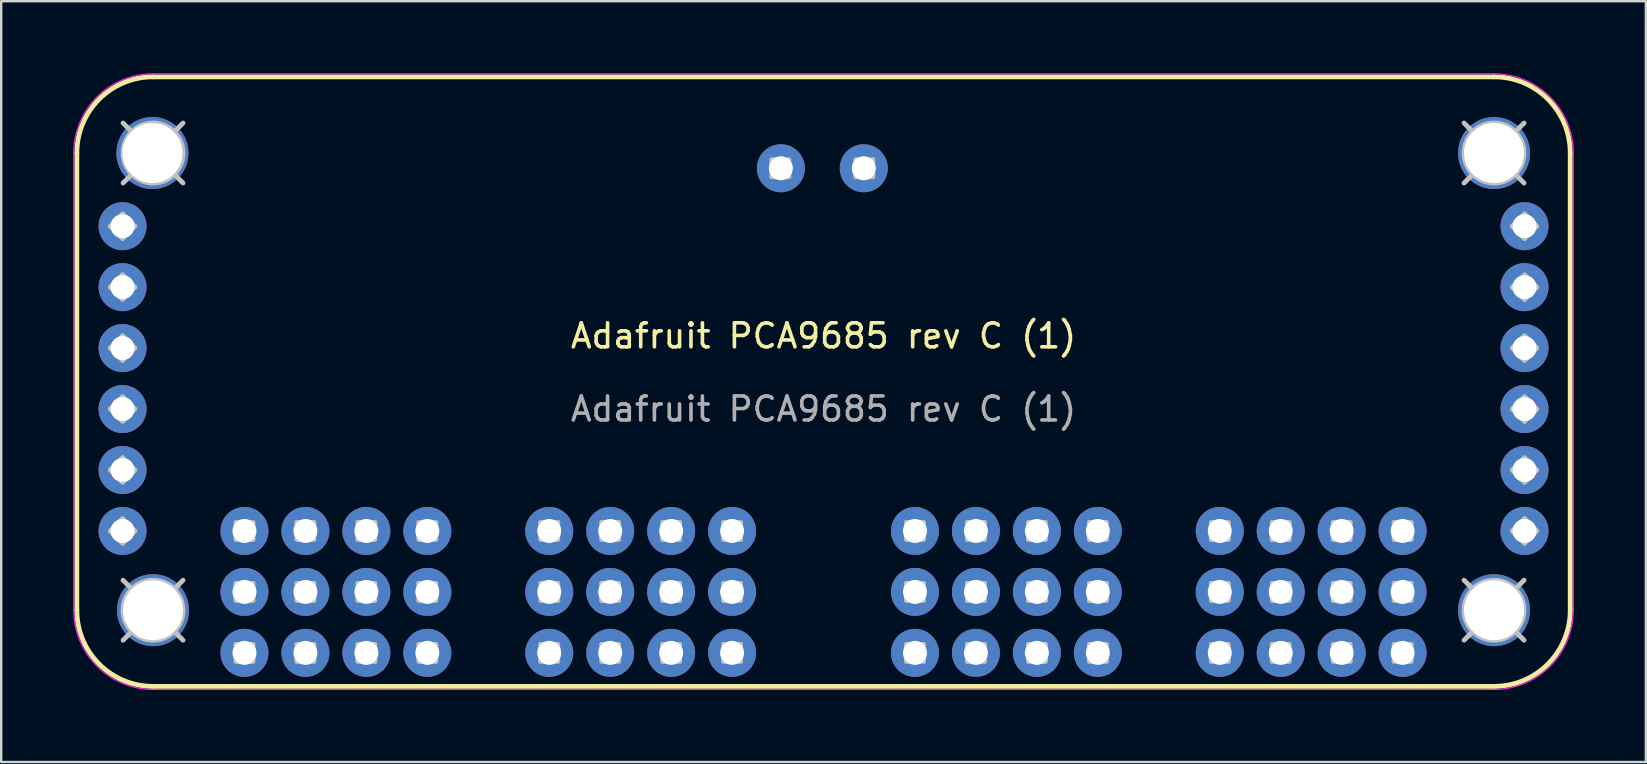
<source format=kicad_pcb>
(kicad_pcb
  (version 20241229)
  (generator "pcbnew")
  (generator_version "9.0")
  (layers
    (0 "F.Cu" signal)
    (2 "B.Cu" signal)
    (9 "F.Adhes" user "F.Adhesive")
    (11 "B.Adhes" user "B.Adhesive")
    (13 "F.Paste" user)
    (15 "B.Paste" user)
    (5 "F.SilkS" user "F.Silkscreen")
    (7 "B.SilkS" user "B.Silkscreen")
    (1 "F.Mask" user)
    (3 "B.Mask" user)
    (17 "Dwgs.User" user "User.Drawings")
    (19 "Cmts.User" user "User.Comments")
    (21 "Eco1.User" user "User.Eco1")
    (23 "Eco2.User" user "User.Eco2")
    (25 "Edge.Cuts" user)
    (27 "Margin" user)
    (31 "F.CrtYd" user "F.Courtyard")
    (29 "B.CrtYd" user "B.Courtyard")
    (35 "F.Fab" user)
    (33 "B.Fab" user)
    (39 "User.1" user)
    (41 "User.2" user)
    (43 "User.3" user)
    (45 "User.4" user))
  (footprint "Adafruit PCA9685 rev C (1)"
    (layer "F.Cu")
    (at 3.327 22.377)
    (property "Reference" "Adafruit PCA9685 rev C (1)" (at 27.94 -11.43 0) (unlocked yes) (layer "F.SilkS") (effects (font (size 1 1) (thickness 0.15))))
    (attr through_hole)
    (fp_line (start -3.175 0) (end -3.175 -19.05) (stroke (width 0.2) (type solid)) (layer "F.SilkS"))
    (fp_line (start 0 -22.225) (end 55.88 -22.225) (stroke (width 0.2) (type solid)) (layer "F.SilkS"))
    (fp_line (start 55.88 3.175) (end 0 3.175) (stroke (width 0.2) (type solid)) (layer "F.SilkS"))
    (fp_line (start 59.055 -19.05) (end 59.055 0) (stroke (width 0.2) (type solid)) (layer "F.SilkS"))
    (fp_arc (start -3.175 -19.0504) (mid -2.245064 -21.295464) (end 0 -22.2254) (stroke (width 0.2) (type solid)) (layer "F.SilkS"))
    (fp_arc (start 0 3.175) (mid -2.245064 2.245064) (end -3.175 0) (stroke (width 0.2) (type solid)) (layer "F.SilkS"))
    (fp_arc (start 55.88 -22.2254) (mid 58.125064 -21.295464) (end 59.055 -19.0504) (stroke (width 0.2) (type solid)) (layer "F.SilkS"))
    (fp_arc (start 59.055 0) (mid 58.125064 2.245064) (end 55.88 3.175) (stroke (width 0.2) (type solid)) (layer "F.SilkS"))
    (fp_line (start -1.778 -16.002) (end -1.27 -15.494) (stroke (width 0.2) (type solid)) (layer "Dwgs.User"))
    (fp_line (start -1.778 -13.462) (end -1.27 -12.954) (stroke (width 0.2) (type solid)) (layer "Dwgs.User"))
    (fp_line (start -1.778 -10.922) (end -1.27 -10.414) (stroke (width 0.2) (type solid)) (layer "Dwgs.User"))
    (fp_line (start -1.778 -8.382) (end -1.27 -7.874) (stroke (width 0.2) (type solid)) (layer "Dwgs.User"))
    (fp_line (start -1.778 -5.842) (end -1.27 -5.334) (stroke (width 0.2) (type solid)) (layer "Dwgs.User"))
    (fp_line (start -1.778 -3.302) (end -1.27 -2.794) (stroke (width 0.2) (type solid)) (layer "Dwgs.User"))
    (fp_line (start -1.27 -16.51) (end -1.778 -16.002) (stroke (width 0.2) (type solid)) (layer "Dwgs.User"))
    (fp_line (start -1.27 -15.494) (end -0.762 -16.002) (stroke (width 0.2) (type solid)) (layer "Dwgs.User"))
    (fp_line (start -1.27 -13.97) (end -1.778 -13.462) (stroke (width 0.2) (type solid)) (layer "Dwgs.User"))
    (fp_line (start -1.27 -12.954) (end -0.762 -13.462) (stroke (width 0.2) (type solid)) (layer "Dwgs.User"))
    (fp_line (start -1.27 -11.43) (end -1.778 -10.922) (stroke (width 0.2) (type solid)) (layer "Dwgs.User"))
    (fp_line (start -1.27 -10.414) (end -0.762 -10.922) (stroke (width 0.2) (type solid)) (layer "Dwgs.User"))
    (fp_line (start -1.27 -8.89) (end -1.778 -8.382) (stroke (width 0.2) (type solid)) (layer "Dwgs.User"))
    (fp_line (start -1.27 -7.874) (end -0.762 -8.382) (stroke (width 0.2) (type solid)) (layer "Dwgs.User"))
    (fp_line (start -1.27 -6.35) (end -1.778 -5.842) (stroke (width 0.2) (type solid)) (layer "Dwgs.User"))
    (fp_line (start -1.27 -5.334) (end -0.762 -5.842) (stroke (width 0.2) (type solid)) (layer "Dwgs.User"))
    (fp_line (start -1.27 -3.81) (end -1.778 -3.302) (stroke (width 0.2) (type solid)) (layer "Dwgs.User"))
    (fp_line (start -1.27 -2.794) (end -0.762 -3.302) (stroke (width 0.2) (type solid)) (layer "Dwgs.User"))
    (fp_line (start -1.25 -20.3) (end 1.25 -17.8) (stroke (width 0.2) (type solid)) (layer "Dwgs.User"))
    (fp_line (start -1.25 -1.25) (end 1.25 1.25) (stroke (width 0.2) (type solid)) (layer "Dwgs.User"))
    (fp_line (start -0.762 -16.002) (end -1.27 -16.51) (stroke (width 0.2) (type solid)) (layer "Dwgs.User"))
    (fp_line (start -0.762 -13.462) (end -1.27 -13.97) (stroke (width 0.2) (type solid)) (layer "Dwgs.User"))
    (fp_line (start -0.762 -10.922) (end -1.27 -11.43) (stroke (width 0.2) (type solid)) (layer "Dwgs.User"))
    (fp_line (start -0.762 -8.382) (end -1.27 -8.89) (stroke (width 0.2) (type solid)) (layer "Dwgs.User"))
    (fp_line (start -0.762 -5.842) (end -1.27 -6.35) (stroke (width 0.2) (type solid)) (layer "Dwgs.User"))
    (fp_line (start -0.762 -3.302) (end -1.27 -3.81) (stroke (width 0.2) (type solid)) (layer "Dwgs.User"))
    (fp_line (start 1.25 -20.3) (end -1.25 -17.8) (stroke (width 0.2) (type solid)) (layer "Dwgs.User"))
    (fp_line (start 1.25 -1.25) (end -1.25 1.25) (stroke (width 0.2) (type solid)) (layer "Dwgs.User"))
    (fp_line (start 3.457 -3.656) (end 3.457 -2.949) (stroke (width 0.2) (type solid)) (layer "Dwgs.User"))
    (fp_line (start 3.457 -2.949) (end 4.164 -2.949) (stroke (width 0.2) (type solid)) (layer "Dwgs.User"))
    (fp_line (start 3.457 -1.116) (end 3.457 -0.409) (stroke (width 0.2) (type solid)) (layer "Dwgs.User"))
    (fp_line (start 3.457 -0.409) (end 4.164 -0.409) (stroke (width 0.2) (type solid)) (layer "Dwgs.User"))
    (fp_line (start 3.457 1.424) (end 3.457 2.131) (stroke (width 0.2) (type solid)) (layer "Dwgs.User"))
    (fp_line (start 3.457 2.131) (end 4.164 2.131) (stroke (width 0.2) (type solid)) (layer "Dwgs.User"))
    (fp_line (start 4.164 -3.656) (end 3.457 -3.656) (stroke (width 0.2) (type solid)) (layer "Dwgs.User"))
    (fp_line (start 4.164 -2.949) (end 4.164 -3.656) (stroke (width 0.2) (type solid)) (layer "Dwgs.User"))
    (fp_line (start 4.164 -1.116) (end 3.457 -1.116) (stroke (width 0.2) (type solid)) (layer "Dwgs.User"))
    (fp_line (start 4.164 -0.409) (end 4.164 -1.116) (stroke (width 0.2) (type solid)) (layer "Dwgs.User"))
    (fp_line (start 4.164 1.424) (end 3.457 1.424) (stroke (width 0.2) (type solid)) (layer "Dwgs.User"))
    (fp_line (start 4.164 2.131) (end 4.164 1.424) (stroke (width 0.2) (type solid)) (layer "Dwgs.User"))
    (fp_line (start 5.997 -3.656) (end 5.997 -2.949) (stroke (width 0.2) (type solid)) (layer "Dwgs.User"))
    (fp_line (start 5.997 -2.949) (end 6.704 -2.949) (stroke (width 0.2) (type solid)) (layer "Dwgs.User"))
    (fp_line (start 5.997 -1.116) (end 5.997 -0.409) (stroke (width 0.2) (type solid)) (layer "Dwgs.User"))
    (fp_line (start 5.997 -0.409) (end 6.704 -0.409) (stroke (width 0.2) (type solid)) (layer "Dwgs.User"))
    (fp_line (start 5.997 1.424) (end 5.997 2.131) (stroke (width 0.2) (type solid)) (layer "Dwgs.User"))
    (fp_line (start 5.997 2.131) (end 6.704 2.131) (stroke (width 0.2) (type solid)) (layer "Dwgs.User"))
    (fp_line (start 6.704 -3.656) (end 5.997 -3.656) (stroke (width 0.2) (type solid)) (layer "Dwgs.User"))
    (fp_line (start 6.704 -2.949) (end 6.704 -3.656) (stroke (width 0.2) (type solid)) (layer "Dwgs.User"))
    (fp_line (start 6.704 -1.116) (end 5.997 -1.116) (stroke (width 0.2) (type solid)) (layer "Dwgs.User"))
    (fp_line (start 6.704 -0.409) (end 6.704 -1.116) (stroke (width 0.2) (type solid)) (layer "Dwgs.User"))
    (fp_line (start 6.704 1.424) (end 5.997 1.424) (stroke (width 0.2) (type solid)) (layer "Dwgs.User"))
    (fp_line (start 6.704 2.131) (end 6.704 1.424) (stroke (width 0.2) (type solid)) (layer "Dwgs.User"))
    (fp_line (start 8.537 -3.656) (end 8.537 -2.949) (stroke (width 0.2) (type solid)) (layer "Dwgs.User"))
    (fp_line (start 8.537 -2.949) (end 9.244 -2.949) (stroke (width 0.2) (type solid)) (layer "Dwgs.User"))
    (fp_line (start 8.537 -1.116) (end 8.537 -0.409) (stroke (width 0.2) (type solid)) (layer "Dwgs.User"))
    (fp_line (start 8.537 -0.409) (end 9.244 -0.409) (stroke (width 0.2) (type solid)) (layer "Dwgs.User"))
    (fp_line (start 8.537 1.424) (end 8.537 2.131) (stroke (width 0.2) (type solid)) (layer "Dwgs.User"))
    (fp_line (start 8.537 2.131) (end 9.244 2.131) (stroke (width 0.2) (type solid)) (layer "Dwgs.User"))
    (fp_line (start 9.244 -3.656) (end 8.537 -3.656) (stroke (width 0.2) (type solid)) (layer "Dwgs.User"))
    (fp_line (start 9.244 -2.949) (end 9.244 -3.656) (stroke (width 0.2) (type solid)) (layer "Dwgs.User"))
    (fp_line (start 9.244 -1.116) (end 8.537 -1.116) (stroke (width 0.2) (type solid)) (layer "Dwgs.User"))
    (fp_line (start 9.244 -0.409) (end 9.244 -1.116) (stroke (width 0.2) (type solid)) (layer "Dwgs.User"))
    (fp_line (start 9.244 1.424) (end 8.537 1.424) (stroke (width 0.2) (type solid)) (layer "Dwgs.User"))
    (fp_line (start 9.244 2.131) (end 9.244 1.424) (stroke (width 0.2) (type solid)) (layer "Dwgs.User"))
    (fp_line (start 11.077 -3.656) (end 11.077 -2.949) (stroke (width 0.2) (type solid)) (layer "Dwgs.User"))
    (fp_line (start 11.077 -2.949) (end 11.784 -2.949) (stroke (width 0.2) (type solid)) (layer "Dwgs.User"))
    (fp_line (start 11.077 -1.116) (end 11.077 -0.409) (stroke (width 0.2) (type solid)) (layer "Dwgs.User"))
    (fp_line (start 11.077 -0.409) (end 11.784 -0.409) (stroke (width 0.2) (type solid)) (layer "Dwgs.User"))
    (fp_line (start 11.077 1.424) (end 11.077 2.131) (stroke (width 0.2) (type solid)) (layer "Dwgs.User"))
    (fp_line (start 11.077 2.131) (end 11.784 2.131) (stroke (width 0.2) (type solid)) (layer "Dwgs.User"))
    (fp_line (start 11.784 -3.656) (end 11.077 -3.656) (stroke (width 0.2) (type solid)) (layer "Dwgs.User"))
    (fp_line (start 11.784 -2.949) (end 11.784 -3.656) (stroke (width 0.2) (type solid)) (layer "Dwgs.User"))
    (fp_line (start 11.784 -1.116) (end 11.077 -1.116) (stroke (width 0.2) (type solid)) (layer "Dwgs.User"))
    (fp_line (start 11.784 -0.409) (end 11.784 -1.116) (stroke (width 0.2) (type solid)) (layer "Dwgs.User"))
    (fp_line (start 11.784 1.424) (end 11.077 1.424) (stroke (width 0.2) (type solid)) (layer "Dwgs.User"))
    (fp_line (start 11.784 2.131) (end 11.784 1.424) (stroke (width 0.2) (type solid)) (layer "Dwgs.User"))
    (fp_line (start 16.157 -3.656) (end 16.157 -2.949) (stroke (width 0.2) (type solid)) (layer "Dwgs.User"))
    (fp_line (start 16.157 -2.949) (end 16.864 -2.949) (stroke (width 0.2) (type solid)) (layer "Dwgs.User"))
    (fp_line (start 16.157 -1.116) (end 16.157 -0.409) (stroke (width 0.2) (type solid)) (layer "Dwgs.User"))
    (fp_line (start 16.157 -0.409) (end 16.864 -0.409) (stroke (width 0.2) (type solid)) (layer "Dwgs.User"))
    (fp_line (start 16.157 1.424) (end 16.157 2.131) (stroke (width 0.2) (type solid)) (layer "Dwgs.User"))
    (fp_line (start 16.157 2.131) (end 16.864 2.131) (stroke (width 0.2) (type solid)) (layer "Dwgs.User"))
    (fp_line (start 16.864 -3.656) (end 16.157 -3.656) (stroke (width 0.2) (type solid)) (layer "Dwgs.User"))
    (fp_line (start 16.864 -2.949) (end 16.864 -3.656) (stroke (width 0.2) (type solid)) (layer "Dwgs.User"))
    (fp_line (start 16.864 -1.116) (end 16.157 -1.116) (stroke (width 0.2) (type solid)) (layer "Dwgs.User"))
    (fp_line (start 16.864 -0.409) (end 16.864 -1.116) (stroke (width 0.2) (type solid)) (layer "Dwgs.User"))
    (fp_line (start 16.864 1.424) (end 16.157 1.424) (stroke (width 0.2) (type solid)) (layer "Dwgs.User"))
    (fp_line (start 16.864 2.131) (end 16.864 1.424) (stroke (width 0.2) (type solid)) (layer "Dwgs.User"))
    (fp_line (start 18.697 -3.656) (end 18.697 -2.949) (stroke (width 0.2) (type solid)) (layer "Dwgs.User"))
    (fp_line (start 18.697 -2.949) (end 19.404 -2.949) (stroke (width 0.2) (type solid)) (layer "Dwgs.User"))
    (fp_line (start 18.697 -1.116) (end 18.697 -0.409) (stroke (width 0.2) (type solid)) (layer "Dwgs.User"))
    (fp_line (start 18.697 -0.409) (end 19.404 -0.409) (stroke (width 0.2) (type solid)) (layer "Dwgs.User"))
    (fp_line (start 18.697 1.424) (end 18.697 2.131) (stroke (width 0.2) (type solid)) (layer "Dwgs.User"))
    (fp_line (start 18.697 2.131) (end 19.404 2.131) (stroke (width 0.2) (type solid)) (layer "Dwgs.User"))
    (fp_line (start 19.404 -3.656) (end 18.697 -3.656) (stroke (width 0.2) (type solid)) (layer "Dwgs.User"))
    (fp_line (start 19.404 -2.949) (end 19.404 -3.656) (stroke (width 0.2) (type solid)) (layer "Dwgs.User"))
    (fp_line (start 19.404 -1.116) (end 18.697 -1.116) (stroke (width 0.2) (type solid)) (layer "Dwgs.User"))
    (fp_line (start 19.404 -0.409) (end 19.404 -1.116) (stroke (width 0.2) (type solid)) (layer "Dwgs.User"))
    (fp_line (start 19.404 1.424) (end 18.697 1.424) (stroke (width 0.2) (type solid)) (layer "Dwgs.User"))
    (fp_line (start 19.404 2.131) (end 19.404 1.424) (stroke (width 0.2) (type solid)) (layer "Dwgs.User"))
    (fp_line (start 21.237 -3.656) (end 21.237 -2.949) (stroke (width 0.2) (type solid)) (layer "Dwgs.User"))
    (fp_line (start 21.237 -2.949) (end 21.944 -2.949) (stroke (width 0.2) (type solid)) (layer "Dwgs.User"))
    (fp_line (start 21.237 -1.116) (end 21.237 -0.409) (stroke (width 0.2) (type solid)) (layer "Dwgs.User"))
    (fp_line (start 21.237 -0.409) (end 21.944 -0.409) (stroke (width 0.2) (type solid)) (layer "Dwgs.User"))
    (fp_line (start 21.237 1.424) (end 21.237 2.131) (stroke (width 0.2) (type solid)) (layer "Dwgs.User"))
    (fp_line (start 21.237 2.131) (end 21.944 2.131) (stroke (width 0.2) (type solid)) (layer "Dwgs.User"))
    (fp_line (start 21.944 -3.656) (end 21.237 -3.656) (stroke (width 0.2) (type solid)) (layer "Dwgs.User"))
    (fp_line (start 21.944 -2.949) (end 21.944 -3.656) (stroke (width 0.2) (type solid)) (layer "Dwgs.User"))
    (fp_line (start 21.944 -1.116) (end 21.237 -1.116) (stroke (width 0.2) (type solid)) (layer "Dwgs.User"))
    (fp_line (start 21.944 -0.409) (end 21.944 -1.116) (stroke (width 0.2) (type solid)) (layer "Dwgs.User"))
    (fp_line (start 21.944 1.424) (end 21.237 1.424) (stroke (width 0.2) (type solid)) (layer "Dwgs.User"))
    (fp_line (start 21.944 2.131) (end 21.944 1.424) (stroke (width 0.2) (type solid)) (layer "Dwgs.User"))
    (fp_line (start 23.777 -3.656) (end 23.777 -2.949) (stroke (width 0.2) (type solid)) (layer "Dwgs.User"))
    (fp_line (start 23.777 -2.949) (end 24.484 -2.949) (stroke (width 0.2) (type solid)) (layer "Dwgs.User"))
    (fp_line (start 23.777 -1.116) (end 23.777 -0.409) (stroke (width 0.2) (type solid)) (layer "Dwgs.User"))
    (fp_line (start 23.777 -0.409) (end 24.484 -0.409) (stroke (width 0.2) (type solid)) (layer "Dwgs.User"))
    (fp_line (start 23.777 1.424) (end 23.777 2.131) (stroke (width 0.2) (type solid)) (layer "Dwgs.User"))
    (fp_line (start 23.777 2.131) (end 24.484 2.131) (stroke (width 0.2) (type solid)) (layer "Dwgs.User"))
    (fp_line (start 24.484 -3.656) (end 23.777 -3.656) (stroke (width 0.2) (type solid)) (layer "Dwgs.User"))
    (fp_line (start 24.484 -2.949) (end 24.484 -3.656) (stroke (width 0.2) (type solid)) (layer "Dwgs.User"))
    (fp_line (start 24.484 -1.116) (end 23.777 -1.116) (stroke (width 0.2) (type solid)) (layer "Dwgs.User"))
    (fp_line (start 24.484 -0.409) (end 24.484 -1.116) (stroke (width 0.2) (type solid)) (layer "Dwgs.User"))
    (fp_line (start 24.484 1.424) (end 23.777 1.424) (stroke (width 0.2) (type solid)) (layer "Dwgs.User"))
    (fp_line (start 24.484 2.131) (end 24.484 1.424) (stroke (width 0.2) (type solid)) (layer "Dwgs.User"))
    (fp_line (start 25.787 -18.769) (end 25.787 -18.062) (stroke (width 0.2) (type solid)) (layer "Dwgs.User"))
    (fp_line (start 25.787 -18.062) (end 26.494 -18.062) (stroke (width 0.2) (type solid)) (layer "Dwgs.User"))
    (fp_line (start 26.494 -18.769) (end 25.787 -18.769) (stroke (width 0.2) (type solid)) (layer "Dwgs.User"))
    (fp_line (start 26.494 -18.062) (end 26.494 -18.769) (stroke (width 0.2) (type solid)) (layer "Dwgs.User"))
    (fp_line (start 29.287 -18.769) (end 29.287 -18.062) (stroke (width 0.2) (type solid)) (layer "Dwgs.User"))
    (fp_line (start 29.287 -18.062) (end 29.994 -18.062) (stroke (width 0.2) (type solid)) (layer "Dwgs.User"))
    (fp_line (start 29.994 -18.769) (end 29.287 -18.769) (stroke (width 0.2) (type solid)) (layer "Dwgs.User"))
    (fp_line (start 29.994 -18.062) (end 29.994 -18.769) (stroke (width 0.2) (type solid)) (layer "Dwgs.User"))
    (fp_line (start 31.397 -3.656) (end 31.397 -2.949) (stroke (width 0.2) (type solid)) (layer "Dwgs.User"))
    (fp_line (start 31.397 -2.949) (end 32.104 -2.949) (stroke (width 0.2) (type solid)) (layer "Dwgs.User"))
    (fp_line (start 31.397 -1.116) (end 31.397 -0.409) (stroke (width 0.2) (type solid)) (layer "Dwgs.User"))
    (fp_line (start 31.397 -0.409) (end 32.104 -0.409) (stroke (width 0.2) (type solid)) (layer "Dwgs.User"))
    (fp_line (start 31.397 1.424) (end 31.397 2.131) (stroke (width 0.2) (type solid)) (layer "Dwgs.User"))
    (fp_line (start 31.397 2.131) (end 32.104 2.131) (stroke (width 0.2) (type solid)) (layer "Dwgs.User"))
    (fp_line (start 32.104 -3.656) (end 31.397 -3.656) (stroke (width 0.2) (type solid)) (layer "Dwgs.User"))
    (fp_line (start 32.104 -2.949) (end 32.104 -3.656) (stroke (width 0.2) (type solid)) (layer "Dwgs.User"))
    (fp_line (start 32.104 -1.116) (end 31.397 -1.116) (stroke (width 0.2) (type solid)) (layer "Dwgs.User"))
    (fp_line (start 32.104 -0.409) (end 32.104 -1.116) (stroke (width 0.2) (type solid)) (layer "Dwgs.User"))
    (fp_line (start 32.104 1.424) (end 31.397 1.424) (stroke (width 0.2) (type solid)) (layer "Dwgs.User"))
    (fp_line (start 32.104 2.131) (end 32.104 1.424) (stroke (width 0.2) (type solid)) (layer "Dwgs.User"))
    (fp_line (start 33.937 -3.656) (end 33.937 -2.949) (stroke (width 0.2) (type solid)) (layer "Dwgs.User"))
    (fp_line (start 33.937 -2.949) (end 34.644 -2.949) (stroke (width 0.2) (type solid)) (layer "Dwgs.User"))
    (fp_line (start 33.937 -1.116) (end 33.937 -0.409) (stroke (width 0.2) (type solid)) (layer "Dwgs.User"))
    (fp_line (start 33.937 -0.409) (end 34.644 -0.409) (stroke (width 0.2) (type solid)) (layer "Dwgs.User"))
    (fp_line (start 33.937 1.424) (end 33.937 2.131) (stroke (width 0.2) (type solid)) (layer "Dwgs.User"))
    (fp_line (start 33.937 2.131) (end 34.644 2.131) (stroke (width 0.2) (type solid)) (layer "Dwgs.User"))
    (fp_line (start 34.644 -3.656) (end 33.937 -3.656) (stroke (width 0.2) (type solid)) (layer "Dwgs.User"))
    (fp_line (start 34.644 -2.949) (end 34.644 -3.656) (stroke (width 0.2) (type solid)) (layer "Dwgs.User"))
    (fp_line (start 34.644 -1.116) (end 33.937 -1.116) (stroke (width 0.2) (type solid)) (layer "Dwgs.User"))
    (fp_line (start 34.644 -0.409) (end 34.644 -1.116) (stroke (width 0.2) (type solid)) (layer "Dwgs.User"))
    (fp_line (start 34.644 1.424) (end 33.937 1.424) (stroke (width 0.2) (type solid)) (layer "Dwgs.User"))
    (fp_line (start 34.644 2.131) (end 34.644 1.424) (stroke (width 0.2) (type solid)) (layer "Dwgs.User"))
    (fp_line (start 36.477 -3.656) (end 36.477 -2.949) (stroke (width 0.2) (type solid)) (layer "Dwgs.User"))
    (fp_line (start 36.477 -2.949) (end 37.184 -2.949) (stroke (width 0.2) (type solid)) (layer "Dwgs.User"))
    (fp_line (start 36.477 -1.116) (end 36.477 -0.409) (stroke (width 0.2) (type solid)) (layer "Dwgs.User"))
    (fp_line (start 36.477 -0.409) (end 37.184 -0.409) (stroke (width 0.2) (type solid)) (layer "Dwgs.User"))
    (fp_line (start 36.477 1.424) (end 36.477 2.131) (stroke (width 0.2) (type solid)) (layer "Dwgs.User"))
    (fp_line (start 36.477 2.131) (end 37.184 2.131) (stroke (width 0.2) (type solid)) (layer "Dwgs.User"))
    (fp_line (start 37.184 -3.656) (end 36.477 -3.656) (stroke (width 0.2) (type solid)) (layer "Dwgs.User"))
    (fp_line (start 37.184 -2.949) (end 37.184 -3.656) (stroke (width 0.2) (type solid)) (layer "Dwgs.User"))
    (fp_line (start 37.184 -1.116) (end 36.477 -1.116) (stroke (width 0.2) (type solid)) (layer "Dwgs.User"))
    (fp_line (start 37.184 -0.409) (end 37.184 -1.116) (stroke (width 0.2) (type solid)) (layer "Dwgs.User"))
    (fp_line (start 37.184 1.424) (end 36.477 1.424) (stroke (width 0.2) (type solid)) (layer "Dwgs.User"))
    (fp_line (start 37.184 2.131) (end 37.184 1.424) (stroke (width 0.2) (type solid)) (layer "Dwgs.User"))
    (fp_line (start 39.017 -3.656) (end 39.017 -2.949) (stroke (width 0.2) (type solid)) (layer "Dwgs.User"))
    (fp_line (start 39.017 -2.949) (end 39.724 -2.949) (stroke (width 0.2) (type solid)) (layer "Dwgs.User"))
    (fp_line (start 39.017 -1.116) (end 39.017 -0.409) (stroke (width 0.2) (type solid)) (layer "Dwgs.User"))
    (fp_line (start 39.017 -0.409) (end 39.724 -0.409) (stroke (width 0.2) (type solid)) (layer "Dwgs.User"))
    (fp_line (start 39.017 1.424) (end 39.017 2.131) (stroke (width 0.2) (type solid)) (layer "Dwgs.User"))
    (fp_line (start 39.017 2.131) (end 39.724 2.131) (stroke (width 0.2) (type solid)) (layer "Dwgs.User"))
    (fp_line (start 39.724 -3.656) (end 39.017 -3.656) (stroke (width 0.2) (type solid)) (layer "Dwgs.User"))
    (fp_line (start 39.724 -2.949) (end 39.724 -3.656) (stroke (width 0.2) (type solid)) (layer "Dwgs.User"))
    (fp_line (start 39.724 -1.116) (end 39.017 -1.116) (stroke (width 0.2) (type solid)) (layer "Dwgs.User"))
    (fp_line (start 39.724 -0.409) (end 39.724 -1.116) (stroke (width 0.2) (type solid)) (layer "Dwgs.User"))
    (fp_line (start 39.724 1.424) (end 39.017 1.424) (stroke (width 0.2) (type solid)) (layer "Dwgs.User"))
    (fp_line (start 39.724 2.131) (end 39.724 1.424) (stroke (width 0.2) (type solid)) (layer "Dwgs.User"))
    (fp_line (start 44.097 -3.656) (end 44.097 -2.949) (stroke (width 0.2) (type solid)) (layer "Dwgs.User"))
    (fp_line (start 44.097 -2.949) (end 44.804 -2.949) (stroke (width 0.2) (type solid)) (layer "Dwgs.User"))
    (fp_line (start 44.097 -1.116) (end 44.097 -0.409) (stroke (width 0.2) (type solid)) (layer "Dwgs.User"))
    (fp_line (start 44.097 -0.409) (end 44.804 -0.409) (stroke (width 0.2) (type solid)) (layer "Dwgs.User"))
    (fp_line (start 44.097 1.424) (end 44.097 2.131) (stroke (width 0.2) (type solid)) (layer "Dwgs.User"))
    (fp_line (start 44.097 2.131) (end 44.804 2.131) (stroke (width 0.2) (type solid)) (layer "Dwgs.User"))
    (fp_line (start 44.804 -3.656) (end 44.097 -3.656) (stroke (width 0.2) (type solid)) (layer "Dwgs.User"))
    (fp_line (start 44.804 -2.949) (end 44.804 -3.656) (stroke (width 0.2) (type solid)) (layer "Dwgs.User"))
    (fp_line (start 44.804 -1.116) (end 44.097 -1.116) (stroke (width 0.2) (type solid)) (layer "Dwgs.User"))
    (fp_line (start 44.804 -0.409) (end 44.804 -1.116) (stroke (width 0.2) (type solid)) (layer "Dwgs.User"))
    (fp_line (start 44.804 1.424) (end 44.097 1.424) (stroke (width 0.2) (type solid)) (layer "Dwgs.User"))
    (fp_line (start 44.804 2.131) (end 44.804 1.424) (stroke (width 0.2) (type solid)) (layer "Dwgs.User"))
    (fp_line (start 46.637 -3.656) (end 46.637 -2.949) (stroke (width 0.2) (type solid)) (layer "Dwgs.User"))
    (fp_line (start 46.637 -2.949) (end 47.344 -2.949) (stroke (width 0.2) (type solid)) (layer "Dwgs.User"))
    (fp_line (start 46.637 -1.116) (end 46.637 -0.409) (stroke (width 0.2) (type solid)) (layer "Dwgs.User"))
    (fp_line (start 46.637 -0.409) (end 47.344 -0.409) (stroke (width 0.2) (type solid)) (layer "Dwgs.User"))
    (fp_line (start 46.637 1.424) (end 46.637 2.131) (stroke (width 0.2) (type solid)) (layer "Dwgs.User"))
    (fp_line (start 46.637 2.131) (end 47.344 2.131) (stroke (width 0.2) (type solid)) (layer "Dwgs.User"))
    (fp_line (start 47.344 -3.656) (end 46.637 -3.656) (stroke (width 0.2) (type solid)) (layer "Dwgs.User"))
    (fp_line (start 47.344 -2.949) (end 47.344 -3.656) (stroke (width 0.2) (type solid)) (layer "Dwgs.User"))
    (fp_line (start 47.344 -1.116) (end 46.637 -1.116) (stroke (width 0.2) (type solid)) (layer "Dwgs.User"))
    (fp_line (start 47.344 -0.409) (end 47.344 -1.116) (stroke (width 0.2) (type solid)) (layer "Dwgs.User"))
    (fp_line (start 47.344 1.424) (end 46.637 1.424) (stroke (width 0.2) (type solid)) (layer "Dwgs.User"))
    (fp_line (start 47.344 2.131) (end 47.344 1.424) (stroke (width 0.2) (type solid)) (layer "Dwgs.User"))
    (fp_line (start 49.177 -3.656) (end 49.177 -2.949) (stroke (width 0.2) (type solid)) (layer "Dwgs.User"))
    (fp_line (start 49.177 -2.949) (end 49.884 -2.949) (stroke (width 0.2) (type solid)) (layer "Dwgs.User"))
    (fp_line (start 49.177 -1.116) (end 49.177 -0.409) (stroke (width 0.2) (type solid)) (layer "Dwgs.User"))
    (fp_line (start 49.177 -0.409) (end 49.884 -0.409) (stroke (width 0.2) (type solid)) (layer "Dwgs.User"))
    (fp_line (start 49.177 1.424) (end 49.177 2.131) (stroke (width 0.2) (type solid)) (layer "Dwgs.User"))
    (fp_line (start 49.177 2.131) (end 49.884 2.131) (stroke (width 0.2) (type solid)) (layer "Dwgs.User"))
    (fp_line (start 49.884 -3.656) (end 49.177 -3.656) (stroke (width 0.2) (type solid)) (layer "Dwgs.User"))
    (fp_line (start 49.884 -2.949) (end 49.884 -3.656) (stroke (width 0.2) (type solid)) (layer "Dwgs.User"))
    (fp_line (start 49.884 -1.116) (end 49.177 -1.116) (stroke (width 0.2) (type solid)) (layer "Dwgs.User"))
    (fp_line (start 49.884 -0.409) (end 49.884 -1.116) (stroke (width 0.2) (type solid)) (layer "Dwgs.User"))
    (fp_line (start 49.884 1.424) (end 49.177 1.424) (stroke (width 0.2) (type solid)) (layer "Dwgs.User"))
    (fp_line (start 49.884 2.131) (end 49.884 1.424) (stroke (width 0.2) (type solid)) (layer "Dwgs.User"))
    (fp_line (start 51.717 -3.656) (end 51.717 -2.949) (stroke (width 0.2) (type solid)) (layer "Dwgs.User"))
    (fp_line (start 51.717 -2.949) (end 52.424 -2.949) (stroke (width 0.2) (type solid)) (layer "Dwgs.User"))
    (fp_line (start 51.717 -1.116) (end 51.717 -0.409) (stroke (width 0.2) (type solid)) (layer "Dwgs.User"))
    (fp_line (start 51.717 -0.409) (end 52.424 -0.409) (stroke (width 0.2) (type solid)) (layer "Dwgs.User"))
    (fp_line (start 51.717 1.424) (end 51.717 2.131) (stroke (width 0.2) (type solid)) (layer "Dwgs.User"))
    (fp_line (start 51.717 2.131) (end 52.424 2.131) (stroke (width 0.2) (type solid)) (layer "Dwgs.User"))
    (fp_line (start 52.424 -3.656) (end 51.717 -3.656) (stroke (width 0.2) (type solid)) (layer "Dwgs.User"))
    (fp_line (start 52.424 -2.949) (end 52.424 -3.656) (stroke (width 0.2) (type solid)) (layer "Dwgs.User"))
    (fp_line (start 52.424 -1.116) (end 51.717 -1.116) (stroke (width 0.2) (type solid)) (layer "Dwgs.User"))
    (fp_line (start 52.424 -0.409) (end 52.424 -1.116) (stroke (width 0.2) (type solid)) (layer "Dwgs.User"))
    (fp_line (start 52.424 1.424) (end 51.717 1.424) (stroke (width 0.2) (type solid)) (layer "Dwgs.User"))
    (fp_line (start 52.424 2.131) (end 52.424 1.424) (stroke (width 0.2) (type solid)) (layer "Dwgs.User"))
    (fp_line (start 54.63 -20.3) (end 57.13 -17.8) (stroke (width 0.2) (type solid)) (layer "Dwgs.User"))
    (fp_line (start 54.63 -1.25) (end 57.13 1.25) (stroke (width 0.2) (type solid)) (layer "Dwgs.User"))
    (fp_line (start 56.642 -16.002) (end 57.15 -15.494) (stroke (width 0.2) (type solid)) (layer "Dwgs.User"))
    (fp_line (start 56.642 -13.462) (end 57.15 -12.954) (stroke (width 0.2) (type solid)) (layer "Dwgs.User"))
    (fp_line (start 56.642 -10.922) (end 57.15 -10.414) (stroke (width 0.2) (type solid)) (layer "Dwgs.User"))
    (fp_line (start 56.642 -8.382) (end 57.15 -7.874) (stroke (width 0.2) (type solid)) (layer "Dwgs.User"))
    (fp_line (start 56.642 -5.842) (end 57.15 -5.334) (stroke (width 0.2) (type solid)) (layer "Dwgs.User"))
    (fp_line (start 56.642 -3.302) (end 57.15 -2.794) (stroke (width 0.2) (type solid)) (layer "Dwgs.User"))
    (fp_line (start 57.13 -20.3) (end 54.63 -17.8) (stroke (width 0.2) (type solid)) (layer "Dwgs.User"))
    (fp_line (start 57.13 -1.25) (end 54.63 1.25) (stroke (width 0.2) (type solid)) (layer "Dwgs.User"))
    (fp_line (start 57.15 -16.51) (end 56.642 -16.002) (stroke (width 0.2) (type solid)) (layer "Dwgs.User"))
    (fp_line (start 57.15 -15.494) (end 57.658 -16.002) (stroke (width 0.2) (type solid)) (layer "Dwgs.User"))
    (fp_line (start 57.15 -13.97) (end 56.642 -13.462) (stroke (width 0.2) (type solid)) (layer "Dwgs.User"))
    (fp_line (start 57.15 -12.954) (end 57.658 -13.462) (stroke (width 0.2) (type solid)) (layer "Dwgs.User"))
    (fp_line (start 57.15 -11.43) (end 56.642 -10.922) (stroke (width 0.2) (type solid)) (layer "Dwgs.User"))
    (fp_line (start 57.15 -10.414) (end 57.658 -10.922) (stroke (width 0.2) (type solid)) (layer "Dwgs.User"))
    (fp_line (start 57.15 -8.89) (end 56.642 -8.382) (stroke (width 0.2) (type solid)) (layer "Dwgs.User"))
    (fp_line (start 57.15 -7.874) (end 57.658 -8.382) (stroke (width 0.2) (type solid)) (layer "Dwgs.User"))
    (fp_line (start 57.15 -6.35) (end 56.642 -5.842) (stroke (width 0.2) (type solid)) (layer "Dwgs.User"))
    (fp_line (start 57.15 -5.334) (end 57.658 -5.842) (stroke (width 0.2) (type solid)) (layer "Dwgs.User"))
    (fp_line (start 57.15 -3.81) (end 56.642 -3.302) (stroke (width 0.2) (type solid)) (layer "Dwgs.User"))
    (fp_line (start 57.15 -2.794) (end 57.658 -3.302) (stroke (width 0.2) (type solid)) (layer "Dwgs.User"))
    (fp_line (start 57.658 -16.002) (end 57.15 -16.51) (stroke (width 0.2) (type solid)) (layer "Dwgs.User"))
    (fp_line (start 57.658 -13.462) (end 57.15 -13.97) (stroke (width 0.2) (type solid)) (layer "Dwgs.User"))
    (fp_line (start 57.658 -10.922) (end 57.15 -11.43) (stroke (width 0.2) (type solid)) (layer "Dwgs.User"))
    (fp_line (start 57.658 -8.382) (end 57.15 -8.89) (stroke (width 0.2) (type solid)) (layer "Dwgs.User"))
    (fp_line (start 57.658 -5.842) (end 57.15 -6.35) (stroke (width 0.2) (type solid)) (layer "Dwgs.User"))
    (fp_line (start 57.658 -3.302) (end 57.15 -3.81) (stroke (width 0.2) (type solid)) (layer "Dwgs.User"))
    (fp_circle (center 0 -19.05) (end 1.25 -19.05) (stroke (width 0.2) (type solid)) (fill no) (layer "Dwgs.User"))
    (fp_circle (center 0 0) (end 1.25 0) (stroke (width 0.2) (type solid)) (fill no) (layer "Dwgs.User"))
    (fp_circle (center 55.88 -19.05) (end 57.13 -19.05) (stroke (width 0.2) (type solid)) (fill no) (layer "Dwgs.User"))
    (fp_circle (center 55.88 0) (end 57.13 0) (stroke (width 0.2) (type solid)) (fill no) (layer "Dwgs.User"))
    (fp_line (start -3.302 0) (end -3.302 -19.05) (stroke (width 0.05) (type solid)) (layer "F.CrtYd"))
    (fp_line (start 0 -22.352) (end 55.88 -22.352) (stroke (width 0.05) (type solid)) (layer "F.CrtYd"))
    (fp_line (start 55.88 3.302) (end 0 3.302) (stroke (width 0.05) (type solid)) (layer "F.CrtYd"))
    (fp_line (start 59.182 -19.05) (end 59.182 0) (stroke (width 0.05) (type solid)) (layer "F.CrtYd"))
    (fp_arc (start -3.302 -19.05) (mid -2.334867 -21.384867) (end 0 -22.352) (stroke (width 0.05) (type solid)) (layer "F.CrtYd"))
    (fp_arc (start 0 3.302) (mid -2.334867 2.334867) (end -3.302 0) (stroke (width 0.05) (type solid)) (layer "F.CrtYd"))
    (fp_arc (start 55.88 -22.352) (mid 58.214867 -21.384867) (end 59.182 -19.05) (stroke (width 0.05) (type solid)) (layer "F.CrtYd"))
    (fp_arc (start 59.182 0) (mid 58.214867 2.334867) (end 55.88 3.302) (stroke (width 0.05) (type solid)) (layer "F.CrtYd"))
    (fp_text user "${REFERENCE}" (at 27.94 -8.382 0) (unlocked yes) (layer "F.Fab") (effects (font (size 1 1) (thickness 0.15))))
    (pad "" np_thru_hole circle (at -0.025 -19.05) (size 3 3) (drill 2.5) (layers "*.Cu" "*.Mask"))
    (pad "" np_thru_hole circle (at 0 0) (size 3 3) (drill 2.5) (layers "*.Cu" "*.Mask"))
    (pad "" np_thru_hole circle (at 55.88 -19.05) (size 3 3) (drill 2.5) (layers "*.Cu" "*.Mask"))
    (pad "" np_thru_hole circle (at 55.88 0) (size 3 3) (drill 2.5) (layers "*.Cu" "*.Mask"))
    (pad "1" thru_hole circle (at -1.27 -3.302) (size 2 2) (drill 1) (layers "*.Cu" "*.Mask"))
    (pad "1" thru_hole circle (at 3.81 -0.762) (size 2 2) (drill 1) (layers "*.Cu" "*.Mask"))
    (pad "1" thru_hole circle (at 6.35 -0.762) (size 2 2) (drill 1) (layers "*.Cu" "*.Mask"))
    (pad "1" thru_hole circle (at 8.89 -0.762) (size 2 2) (drill 1) (layers "*.Cu" "*.Mask"))
    (pad "1" thru_hole circle (at 11.43 -0.762) (size 2 2) (drill 1) (layers "*.Cu" "*.Mask"))
    (pad "1" thru_hole circle (at 16.51 -0.762) (size 2 2) (drill 1) (layers "*.Cu" "*.Mask"))
    (pad "1" thru_hole circle (at 19.05 -0.762) (size 2 2) (drill 1) (layers "*.Cu" "*.Mask"))
    (pad "1" thru_hole circle (at 21.59 -0.762) (size 2 2) (drill 1) (layers "*.Cu" "*.Mask"))
    (pad "1" thru_hole circle (at 24.13 -0.762) (size 2 2) (drill 1) (layers "*.Cu" "*.Mask"))
    (pad "1" thru_hole circle (at 31.75 -0.762) (size 2 2) (drill 1) (layers "*.Cu" "*.Mask"))
    (pad "1" thru_hole circle (at 34.29 -0.762) (size 2 2) (drill 1) (layers "*.Cu" "*.Mask"))
    (pad "1" thru_hole circle (at 36.83 -0.762) (size 2 2) (drill 1) (layers "*.Cu" "*.Mask"))
    (pad "1" thru_hole circle (at 39.37 -0.762) (size 2 2) (drill 1) (layers "*.Cu" "*.Mask"))
    (pad "1" thru_hole circle (at 44.45 -0.762) (size 2 2) (drill 1) (layers "*.Cu" "*.Mask"))
    (pad "1" thru_hole circle (at 46.99 -0.762) (size 2 2) (drill 1) (layers "*.Cu" "*.Mask"))
    (pad "1" thru_hole circle (at 49.53 -0.762) (size 2 2) (drill 1) (layers "*.Cu" "*.Mask"))
    (pad "1" thru_hole circle (at 52.07 -0.762) (size 2 2) (drill 1) (layers "*.Cu" "*.Mask"))
    (pad "1" thru_hole circle (at 57.15 -3.302) (size 2 2) (drill 1) (layers "*.Cu" "*.Mask"))
    (pad "2" thru_hole circle (at -1.27 -5.842) (size 2 2) (drill 1) (layers "*.Cu" "*.Mask"))
    (pad "2" thru_hole circle (at 57.15 -5.842) (size 2 2) (drill 1) (layers "*.Cu" "*.Mask"))
    (pad "3" thru_hole circle (at -1.27 -8.382) (size 2 2) (drill 1) (layers "*.Cu" "*.Mask"))
    (pad "3" thru_hole circle (at 57.15 -8.382) (size 2 2) (drill 1) (layers "*.Cu" "*.Mask"))
    (pad "4" thru_hole circle (at -1.27 -10.922) (size 2 2) (drill 1) (layers "*.Cu" "*.Mask"))
    (pad "4" thru_hole circle (at 57.15 -10.922) (size 2 2) (drill 1) (layers "*.Cu" "*.Mask"))
    (pad "5" thru_hole circle (at -1.27 -13.462) (size 2 2) (drill 1) (layers "*.Cu" "*.Mask"))
    (pad "5" thru_hole circle (at 57.15 -13.462) (size 2 2) (drill 1) (layers "*.Cu" "*.Mask"))
    (pad "6" thru_hole circle (at -1.27 -16.002) (size 2 2) (drill 1) (layers "*.Cu" "*.Mask"))
    (pad "6" thru_hole circle (at 3.81 1.778) (size 2 2) (drill 1) (layers "*.Cu" "*.Mask"))
    (pad "6" thru_hole circle (at 6.35 1.778) (size 2 2) (drill 1) (layers "*.Cu" "*.Mask"))
    (pad "6" thru_hole circle (at 8.89 1.778) (size 2 2) (drill 1) (layers "*.Cu" "*.Mask"))
    (pad "6" thru_hole circle (at 11.43 1.778) (size 2 2) (drill 1) (layers "*.Cu" "*.Mask"))
    (pad "6" thru_hole circle (at 16.51 1.778) (size 2 2) (drill 1) (layers "*.Cu" "*.Mask"))
    (pad "6" thru_hole circle (at 19.05 1.778) (size 2 2) (drill 1) (layers "*.Cu" "*.Mask"))
    (pad "6" thru_hole circle (at 21.59 1.778) (size 2 2) (drill 1) (layers "*.Cu" "*.Mask"))
    (pad "6" thru_hole circle (at 24.13 1.778) (size 2 2) (drill 1) (layers "*.Cu" "*.Mask"))
    (pad "6" thru_hole circle (at 31.75 1.778) (size 2 2) (drill 1) (layers "*.Cu" "*.Mask"))
    (pad "6" thru_hole circle (at 34.29 1.778) (size 2 2) (drill 1) (layers "*.Cu" "*.Mask"))
    (pad "6" thru_hole circle (at 36.83 1.778) (size 2 2) (drill 1) (layers "*.Cu" "*.Mask"))
    (pad "6" thru_hole circle (at 39.37 1.778) (size 2 2) (drill 1) (layers "*.Cu" "*.Mask"))
    (pad "6" thru_hole circle (at 44.45 1.778) (size 2 2) (drill 1) (layers "*.Cu" "*.Mask"))
    (pad "6" thru_hole circle (at 46.99 1.778) (size 2 2) (drill 1) (layers "*.Cu" "*.Mask"))
    (pad "6" thru_hole circle (at 49.53 1.778) (size 2 2) (drill 1) (layers "*.Cu" "*.Mask"))
    (pad "6" thru_hole circle (at 52.07 1.778) (size 2 2) (drill 1) (layers "*.Cu" "*.Mask"))
    (pad "6" thru_hole circle (at 57.15 -16.002) (size 2 2) (drill 1) (layers "*.Cu" "*.Mask"))
    (pad "7" thru_hole circle (at 3.81 -3.302) (size 2 2) (drill 1) (layers "*.Cu" "*.Mask"))
    (pad "8" thru_hole circle (at 6.35 -3.302) (size 2 2) (drill 1) (layers "*.Cu" "*.Mask"))
    (pad "9" thru_hole circle (at 8.89 -3.302) (size 2 2) (drill 1) (layers "*.Cu" "*.Mask"))
    (pad "10" thru_hole circle (at 11.43 -3.302) (size 2 2) (drill 1) (layers "*.Cu" "*.Mask"))
    (pad "11" thru_hole circle (at 16.51 -3.302) (size 2 2) (drill 1) (layers "*.Cu" "*.Mask"))
    (pad "12" thru_hole circle (at 19.05 -3.302) (size 2 2) (drill 1) (layers "*.Cu" "*.Mask"))
    (pad "13" thru_hole circle (at 21.59 -3.302) (size 2 2) (drill 1) (layers "*.Cu" "*.Mask"))
    (pad "14" thru_hole circle (at 24.13 -3.302) (size 2 2) (drill 1) (layers "*.Cu" "*.Mask"))
    (pad "15" thru_hole circle (at 31.75 -3.302) (size 2 2) (drill 1) (layers "*.Cu" "*.Mask"))
    (pad "16" thru_hole circle (at 34.29 -3.302) (size 2 2) (drill 1) (layers "*.Cu" "*.Mask"))
    (pad "17" thru_hole circle (at 36.83 -3.302) (size 2 2) (drill 1) (layers "*.Cu" "*.Mask"))
    (pad "18" thru_hole circle (at 39.37 -3.302) (size 2 2) (drill 1) (layers "*.Cu" "*.Mask"))
    (pad "19" thru_hole circle (at 44.45 -3.302) (size 2 2) (drill 1) (layers "*.Cu" "*.Mask"))
    (pad "20" thru_hole circle (at 46.99 -3.302) (size 2 2) (drill 1) (layers "*.Cu" "*.Mask"))
    (pad "21" thru_hole circle (at 49.53 -3.302) (size 2 2) (drill 1) (layers "*.Cu" "*.Mask"))
    (pad "22" thru_hole circle (at 52.07 -3.302) (size 2 2) (drill 1) (layers "*.Cu" "*.Mask"))
    (pad "24" thru_hole circle (at 26.162 -18.415) (size 2 2) (drill 1) (layers "*.Cu" "*.Mask"))
    (pad "25" thru_hole circle (at 29.616 -18.415) (size 2 2) (drill 1) (layers "*.Cu" "*.Mask")))
  (gr_rect
    (start -3 -3)
    (end 65.534 28.704)
    (stroke (width 0.1) (type default))
    (fill no)
    (layer "Edge.Cuts")))
</source>
